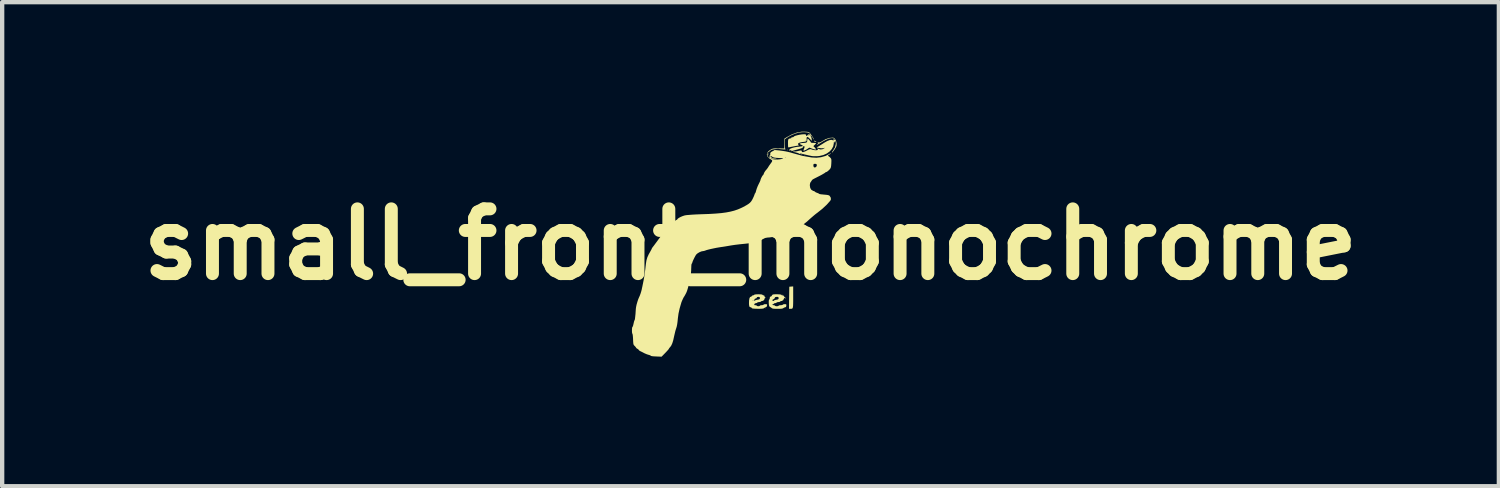
<source format=kicad_pcb>
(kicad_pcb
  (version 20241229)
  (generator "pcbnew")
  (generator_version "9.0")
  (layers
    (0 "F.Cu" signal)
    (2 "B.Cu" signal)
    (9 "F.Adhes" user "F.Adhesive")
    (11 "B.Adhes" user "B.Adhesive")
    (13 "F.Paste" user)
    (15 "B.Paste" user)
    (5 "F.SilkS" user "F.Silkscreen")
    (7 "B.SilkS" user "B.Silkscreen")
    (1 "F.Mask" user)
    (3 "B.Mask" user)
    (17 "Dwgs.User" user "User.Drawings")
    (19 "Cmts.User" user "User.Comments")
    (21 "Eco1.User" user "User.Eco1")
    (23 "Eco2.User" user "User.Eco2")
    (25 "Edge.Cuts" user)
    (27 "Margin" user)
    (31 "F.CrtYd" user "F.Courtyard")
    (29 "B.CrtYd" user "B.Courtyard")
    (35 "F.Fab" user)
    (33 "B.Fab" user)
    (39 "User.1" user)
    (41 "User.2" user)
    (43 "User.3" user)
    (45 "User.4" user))
  (footprint "small_front_monochrome"
    (layer "F.Cu")
    (at 14.336 2.61)
    (property "Reference" "small_front_monochrome" (at 0 0 0) (layer "F.SilkS") (effects (font (size 1.5 1.5) (thickness 0.3))))
    (attr board_only exclude_from_pos_files exclude_from_bom)
    (fp_poly (pts (xy 0.361 1.476) (xy 0.355 1.482) (xy 0.349 1.476) (xy 0.355 1.47)) (stroke (width 0) (type solid)) (fill yes) (layer "F.SilkS"))
    (fp_poly (pts (xy 0.735 1.163) (xy 0.729 1.169) (xy 0.723 1.163) (xy 0.729 1.157)) (stroke (width 0) (type solid)) (fill yes) (layer "F.SilkS"))
    (fp_poly (pts (xy 1.265 -2.054) (xy 1.259 -2.048) (xy 1.253 -2.054) (xy 1.259 -2.06)) (stroke (width 0) (type solid)) (fill yes) (layer "F.SilkS"))
    (fp_poly (pts (xy 0.864 -2.189) (xy 0.862 -2.182) (xy 0.856 -2.181) (xy 0.846 -2.185) (xy 0.847 -2.189) (xy 0.862 -2.19)) (stroke (width 0) (type solid)) (fill yes) (layer "F.SilkS"))
    (fp_poly (pts (xy 1.202 -2.08) (xy 1.198 -2.074) (xy 1.186 -2.073) (xy 1.173 -2.076) (xy 1.179 -2.081) (xy 1.197 -2.082)) (stroke (width 0) (type solid)) (fill yes) (layer "F.SilkS"))
    (fp_poly (pts (xy 0.416 -2.101) (xy 0.414 -2.091) (xy 0.405 -2.074) (xy 0.398 -2.077) (xy 0.398 -2.084) (xy 0.406 -2.1) (xy 0.41 -2.103)) (stroke (width 0) (type solid)) (fill yes) (layer "F.SilkS"))
    (fp_poly (pts (xy 1.485 -2.4) (xy 1.506 -2.39) (xy 1.526 -2.379) (xy 1.526 -2.375) (xy 1.51 -2.374) (xy 1.485 -2.379) (xy 1.476 -2.387) (xy 1.471 -2.401)) (stroke (width 0) (type solid)) (fill yes) (layer "F.SilkS"))
    (fp_poly (pts (xy 0.988 1.227) (xy 0.988 1.314) (xy 0.987 1.379) (xy 0.985 1.427) (xy 0.981 1.459) (xy 0.974 1.479) (xy 0.964 1.489) (xy 0.949 1.493) (xy 0.929 1.494) (xy 0.921 1.494) (xy 0.891 1.494) (xy 0.894 1.238) (xy 0.898 0.982) (xy 0.943 0.978) (xy 0.988 0.975)) (stroke (width 0) (type solid)) (fill yes) (layer "F.SilkS"))
    (fp_poly (pts (xy 1.332 -2.446) (xy 1.35 -2.428) (xy 1.371 -2.404) (xy 1.389 -2.38) (xy 1.398 -2.362) (xy 1.398 -2.36) (xy 1.409 -2.354) (xy 1.436 -2.35) (xy 1.458 -2.35) (xy 1.492 -2.348) (xy 1.514 -2.345) (xy 1.518 -2.342) (xy 1.51 -2.329) (xy 1.491 -2.309) (xy 1.487 -2.305) (xy 1.455 -2.276) (xy 1.487 -2.243) (xy 1.507 -2.219) (xy 1.518 -2.202) (xy 1.518 -2.2) (xy 1.508 -2.196) (xy 1.482 -2.199) (xy 1.448 -2.209) (xy 1.411 -2.222) (xy 1.401 -2.227) (xy 1.373 -2.238) (xy 1.356 -2.237) (xy 1.341 -2.227) (xy 1.314 -2.208) (xy 1.28 -2.188) (xy 1.248 -2.174) (xy 1.229 -2.169) (xy 1.225 -2.178) (xy 1.234 -2.203) (xy 1.235 -2.204) (xy 1.25 -2.243) (xy 1.251 -2.267) (xy 1.237 -2.275) (xy 1.232 -2.275) (xy 1.216 -2.263) (xy 1.214 -2.252) (xy 1.209 -2.241) (xy 1.19 -2.23) (xy 1.153 -2.217) (xy 1.098 -2.201) (xy 1.046 -2.187) (xy 1 -2.174) (xy 0.968 -2.165) (xy 0.957 -2.161) (xy 0.943 -2.158) (xy 0.946 -2.169) (xy 0.948 -2.179) (xy 0.933 -2.18) (xy 0.915 -2.177) (xy 0.891 -2.174) (xy 0.887 -2.177) (xy 0.89 -2.179) (xy 0.903 -2.194) (xy 0.904 -2.2) (xy 0.913 -2.211) (xy 0.941 -2.224) (xy 0.981 -2.238) (xy 1.03 -2.25) (xy 1.081 -2.259) (xy 1.118 -2.262) (xy 1.161 -2.267) (xy 1.195 -2.272) (xy 1.211 -2.278) (xy 1.212 -2.279) (xy 1.206 -2.289) (xy 1.183 -2.303) (xy 1.172 -2.308) (xy 1.145 -2.321) (xy 1.137 -2.329) (xy 1.147 -2.336) (xy 1.151 -2.338) (xy 1.178 -2.345) (xy 1.216 -2.348) (xy 1.225 -2.349) (xy 1.271 -2.352) (xy 1.298 -2.361) (xy 1.311 -2.378) (xy 1.313 -2.403) (xy 1.316 -2.432) (xy 1.321 -2.449) (xy 1.321 -2.45)) (stroke (width 0) (type solid)) (fill yes) (layer "F.SilkS"))
    (fp_poly (pts (xy 0.66 1.158) (xy 0.694 1.162) (xy 0.71 1.167) (xy 0.711 1.169) (xy 0.721 1.178) (xy 0.741 1.181) (xy 0.765 1.187) (xy 0.771 1.199) (xy 0.781 1.215) (xy 0.789 1.217) (xy 0.804 1.227) (xy 0.806 1.244) (xy 0.805 1.263) (xy 0.801 1.258) (xy 0.796 1.247) (xy 0.789 1.231) (xy 0.783 1.237) (xy 0.777 1.253) (xy 0.756 1.293) (xy 0.725 1.312) (xy 0.712 1.313) (xy 0.692 1.318) (xy 0.687 1.325) (xy 0.676 1.333) (xy 0.65 1.337) (xy 0.645 1.337) (xy 0.617 1.341) (xy 0.603 1.348) (xy 0.602 1.35) (xy 0.592 1.359) (xy 0.572 1.362) (xy 0.55 1.366) (xy 0.542 1.374) (xy 0.532 1.384) (xy 0.524 1.386) (xy 0.508 1.392) (xy 0.506 1.398) (xy 0.516 1.407) (xy 0.536 1.41) (xy 0.559 1.414) (xy 0.566 1.422) (xy 0.577 1.43) (xy 0.603 1.434) (xy 0.608 1.434) (xy 0.636 1.431) (xy 0.65 1.423) (xy 0.651 1.422) (xy 0.661 1.414) (xy 0.688 1.41) (xy 0.699 1.41) (xy 0.729 1.407) (xy 0.746 1.4) (xy 0.747 1.398) (xy 0.758 1.39) (xy 0.784 1.386) (xy 0.789 1.386) (xy 0.818 1.387) (xy 0.829 1.397) (xy 0.829 1.42) (xy 0.829 1.422) (xy 0.822 1.449) (xy 0.805 1.458) (xy 0.804 1.458) (xy 0.777 1.466) (xy 0.763 1.476) (xy 0.747 1.485) (xy 0.719 1.491) (xy 0.673 1.494) (xy 0.627 1.494) (xy 0.566 1.493) (xy 0.525 1.49) (xy 0.5 1.483) (xy 0.49 1.476) (xy 0.472 1.461) (xy 0.464 1.458) (xy 0.45 1.45) (xy 0.439 1.441) (xy 0.43 1.422) (xy 0.424 1.39) (xy 0.422 1.352) (xy 0.422 1.316) (xy 0.425 1.295) (xy 0.506 1.295) (xy 0.516 1.311) (xy 0.524 1.313) (xy 0.54 1.308) (xy 0.542 1.303) (xy 0.553 1.295) (xy 0.58 1.287) (xy 0.596 1.284) (xy 0.63 1.277) (xy 0.646 1.267) (xy 0.651 1.25) (xy 0.651 1.246) (xy 0.647 1.226) (xy 0.633 1.218) (xy 0.608 1.217) (xy 0.581 1.22) (xy 0.567 1.228) (xy 0.566 1.23) (xy 0.559 1.248) (xy 0.549 1.26) (xy 0.529 1.274) (xy 0.519 1.277) (xy 0.508 1.287) (xy 0.506 1.295) (xy 0.425 1.295) (xy 0.426 1.288) (xy 0.434 1.277) (xy 0.434 1.277) (xy 0.442 1.267) (xy 0.446 1.242) (xy 0.446 1.241) (xy 0.45 1.216) (xy 0.462 1.212) (xy 0.478 1.207) (xy 0.494 1.187) (xy 0.503 1.172) (xy 0.516 1.163) (xy 0.537 1.159) (xy 0.573 1.157) (xy 0.611 1.157)) (stroke (width 0) (type solid)) (fill yes) (layer "F.SilkS"))
    (fp_poly (pts (xy 0.228 1.158) (xy 0.262 1.162) (xy 0.277 1.168) (xy 0.277 1.169) (xy 0.287 1.179) (xy 0.301 1.181) (xy 0.321 1.189) (xy 0.325 1.206) (xy 0.329 1.223) (xy 0.335 1.224) (xy 0.344 1.228) (xy 0.345 1.235) (xy 0.34 1.247) (xy 0.335 1.246) (xy 0.327 1.25) (xy 0.325 1.259) (xy 0.315 1.288) (xy 0.289 1.308) (xy 0.266 1.313) (xy 0.246 1.318) (xy 0.241 1.325) (xy 0.23 1.333) (xy 0.204 1.337) (xy 0.199 1.337) (xy 0.171 1.341) (xy 0.157 1.348) (xy 0.157 1.35) (xy 0.146 1.359) (xy 0.128 1.362) (xy 0.103 1.369) (xy 0.092 1.381) (xy 0.085 1.401) (xy 0.093 1.409) (xy 0.114 1.41) (xy 0.137 1.414) (xy 0.145 1.422) (xy 0.155 1.43) (xy 0.18 1.434) (xy 0.181 1.434) (xy 0.206 1.43) (xy 0.217 1.422) (xy 0.217 1.422) (xy 0.227 1.414) (xy 0.254 1.41) (xy 0.259 1.41) (xy 0.287 1.407) (xy 0.301 1.399) (xy 0.301 1.398) (xy 0.312 1.39) (xy 0.338 1.386) (xy 0.344 1.386) (xy 0.373 1.387) (xy 0.384 1.396) (xy 0.383 1.418) (xy 0.383 1.419) (xy 0.372 1.447) (xy 0.356 1.456) (xy 0.328 1.468) (xy 0.316 1.477) (xy 0.299 1.486) (xy 0.267 1.491) (xy 0.217 1.493) (xy 0.183 1.493) (xy 0.13 1.492) (xy 0.085 1.49) (xy 0.054 1.487) (xy 0.045 1.486) (xy 0.027 1.476) (xy 0.024 1.469) (xy 0.014 1.46) (xy 0.001 1.458) (xy -0.019 1.452) (xy -0.03 1.431) (xy -0.035 1.392) (xy -0.036 1.364) (xy -0.034 1.307) (xy 0.036 1.307) (xy 0.042 1.313) (xy 0.048 1.307) (xy 0.06 1.307) (xy 0.066 1.313) (xy 0.072 1.307) (xy 0.07 1.305) (xy 0.085 1.305) (xy 0.088 1.313) (xy 0.094 1.306) (xy 0.11 1.296) (xy 0.141 1.286) (xy 0.16 1.283) (xy 0.195 1.276) (xy 0.212 1.267) (xy 0.217 1.251) (xy 0.217 1.246) (xy 0.213 1.225) (xy 0.195 1.218) (xy 0.181 1.217) (xy 0.152 1.222) (xy 0.145 1.235) (xy 0.135 1.25) (xy 0.122 1.253) (xy 0.098 1.264) (xy 0.086 1.291) (xy 0.085 1.305) (xy 0.07 1.305) (xy 0.066 1.301) (xy 0.06 1.307) (xy 0.048 1.307) (xy 0.042 1.301) (xy 0.036 1.307) (xy -0.034 1.307) (xy -0.033 1.294) (xy -0.024 1.246) (xy -0.01 1.221) (xy 0.000287 1.217) (xy 0.022 1.208) (xy 0.028 1.199) (xy 0.045 1.184) (xy 0.06 1.181) (xy 0.08 1.176) (xy 0.084 1.169) (xy 0.096 1.163) (xy 0.126 1.159) (xy 0.172 1.157) (xy 0.181 1.157)) (stroke (width 0) (type solid)) (fill yes) (layer "F.SilkS"))
    (fp_poly (pts (xy 1.913 -2.472) (xy 1.942 -2.459) (xy 1.966 -2.428) (xy 1.984 -2.386) (xy 1.993 -2.338) (xy 1.992 -2.291) (xy 1.984 -2.262) (xy 1.968 -2.232) (xy 1.947 -2.197) (xy 1.923 -2.164) (xy 1.902 -2.138) (xy 1.888 -2.125) (xy 1.884 -2.125) (xy 1.887 -2.137) (xy 1.902 -2.161) (xy 1.915 -2.178) (xy 1.957 -2.247) (xy 1.975 -2.323) (xy 1.976 -2.346) (xy 1.973 -2.373) (xy 1.965 -2.39) (xy 1.957 -2.393) (xy 1.951 -2.377) (xy 1.951 -2.371) (xy 1.95 -2.352) (xy 1.945 -2.356) (xy 1.94 -2.368) (xy 1.933 -2.378) (xy 1.93 -2.368) (xy 1.929 -2.34) (xy 1.916 -2.271) (xy 1.882 -2.207) (xy 1.831 -2.15) (xy 1.764 -2.103) (xy 1.685 -2.068) (xy 1.596 -2.047) (xy 1.548 -2.042) (xy 1.5 -2.041) (xy 1.456 -2.042) (xy 1.428 -2.044) (xy 1.398 -2.05) (xy 1.353 -2.059) (xy 1.301 -2.071) (xy 1.247 -2.083) (xy 1.201 -2.095) (xy 1.169 -2.103) (xy 1.164 -2.104) (xy 1.149 -2.106) (xy 1.152 -2.095) (xy 1.152 -2.088) (xy 1.134 -2.097) (xy 1.13 -2.1) (xy 1.095 -2.116) (xy 1.055 -2.127) (xy 1.052 -2.128) (xy 1.017 -2.136) (xy 0.991 -2.145) (xy 0.988 -2.147) (xy 0.981 -2.154) (xy 0.995 -2.153) (xy 1.002 -2.152) (xy 1.032 -2.151) (xy 1.073 -2.156) (xy 1.104 -2.163) (xy 1.148 -2.173) (xy 1.173 -2.174) (xy 1.185 -2.166) (xy 1.187 -2.153) (xy 1.196 -2.138) (xy 1.222 -2.138) (xy 1.263 -2.152) (xy 1.305 -2.173) (xy 1.35 -2.196) (xy 1.38 -2.206) (xy 1.399 -2.204) (xy 1.4 -2.204) (xy 1.432 -2.192) (xy 1.473 -2.183) (xy 1.513 -2.179) (xy 1.542 -2.182) (xy 1.548 -2.184) (xy 1.561 -2.196) (xy 1.554 -2.212) (xy 1.552 -2.215) (xy 1.544 -2.226) (xy 1.552 -2.224) (xy 1.571 -2.213) (xy 1.615 -2.198) (xy 1.664 -2.202) (xy 1.706 -2.223) (xy 1.72 -2.235) (xy 1.716 -2.236) (xy 1.696 -2.23) (xy 1.652 -2.224) (xy 1.601 -2.229) (xy 1.565 -2.236) (xy 1.539 -2.241) (xy 1.532 -2.242) (xy 1.536 -2.247) (xy 1.556 -2.259) (xy 1.56 -2.261) (xy 1.586 -2.276) (xy 1.625 -2.301) (xy 1.672 -2.33) (xy 1.699 -2.348) (xy 1.773 -2.391) (xy 1.833 -2.415) (xy 1.881 -2.42) (xy 1.913 -2.408) (xy 1.924 -2.401) (xy 1.921 -2.414) (xy 1.92 -2.431) (xy 1.933 -2.432) (xy 1.951 -2.419) (xy 1.961 -2.411) (xy 1.958 -2.421) (xy 1.954 -2.429) (xy 1.929 -2.454) (xy 1.888 -2.462) (xy 1.834 -2.454) (xy 1.768 -2.431) (xy 1.692 -2.393) (xy 1.641 -2.362) (xy 1.598 -2.336) (xy 1.563 -2.316) (xy 1.54 -2.306) (xy 1.535 -2.305) (xy 1.539 -2.315) (xy 1.553 -2.325) (xy 1.574 -2.342) (xy 1.576 -2.356) (xy 1.557 -2.363) (xy 1.546 -2.366) (xy 1.552 -2.37) (xy 1.574 -2.368) (xy 1.583 -2.363) (xy 1.599 -2.359) (xy 1.626 -2.37) (xy 1.644 -2.381) (xy 1.737 -2.435) (xy 1.826 -2.465) (xy 1.91 -2.472)) (stroke (width 0) (type solid)) (fill yes) (layer "F.SilkS"))
    (fp_poly (pts (xy 1.282 -2.609) (xy 1.314 -2.606) (xy 1.338 -2.602) (xy 1.356 -2.595) (xy 1.373 -2.58) (xy 1.393 -2.555) (xy 1.419 -2.516) (xy 1.449 -2.472) (xy 1.464 -2.446) (xy 1.469 -2.428) (xy 1.469 -2.428) (xy 1.464 -2.43) (xy 1.452 -2.448) (xy 1.446 -2.459) (xy 1.428 -2.489) (xy 1.409 -2.513) (xy 1.393 -2.526) (xy 1.386 -2.524) (xy 1.386 -2.522) (xy 1.393 -2.505) (xy 1.399 -2.497) (xy 1.409 -2.477) (xy 1.416 -2.445) (xy 1.417 -2.44) (xy 1.421 -2.396) (xy 1.372 -2.446) (xy 1.338 -2.478) (xy 1.314 -2.489) (xy 1.302 -2.479) (xy 1.298 -2.449) (xy 1.299 -2.436) (xy 1.3 -2.411) (xy 1.297 -2.395) (xy 1.284 -2.384) (xy 1.258 -2.377) (xy 1.214 -2.371) (xy 1.191 -2.368) (xy 1.153 -2.36) (xy 1.121 -2.349) (xy 1.114 -2.344) (xy 1.099 -2.329) (xy 1.104 -2.313) (xy 1.107 -2.309) (xy 1.118 -2.293) (xy 1.119 -2.289) (xy 1.102 -2.287) (xy 1.069 -2.282) (xy 1.026 -2.274) (xy 0.979 -2.265) (xy 0.936 -2.257) (xy 0.904 -2.25) (xy 0.89 -2.247) (xy 0.879 -2.245) (xy 0.872 -2.252) (xy 0.869 -2.272) (xy 0.868 -2.31) (xy 0.868 -2.336) (xy 0.868 -2.386) (xy 0.87 -2.404) (xy 1.277 -2.404) (xy 1.283 -2.398) (xy 1.289 -2.404) (xy 1.283 -2.41) (xy 1.277 -2.404) (xy 0.87 -2.404) (xy 0.872 -2.417) (xy 0.878 -2.435) (xy 0.884 -2.44) (xy 0.952 -2.44) (xy 0.958 -2.434) (xy 0.964 -2.44) (xy 0.958 -2.446) (xy 0.952 -2.44) (xy 0.884 -2.44) (xy 0.889 -2.445) (xy 0.89 -2.445) (xy 0.911 -2.452) (xy 0.92 -2.45) (xy 0.927 -2.451) (xy 0.928 -2.455) (xy 0.938 -2.467) (xy 0.961 -2.478) (xy 0.985 -2.484) (xy 0.991 -2.483) (xy 1 -2.491) (xy 1 -2.493) (xy 1.011 -2.503) (xy 1.04 -2.515) (xy 1.082 -2.527) (xy 1.131 -2.538) (xy 1.181 -2.546) (xy 1.203 -2.548) (xy 1.245 -2.55) (xy 1.269 -2.549) (xy 1.281 -2.542) (xy 1.286 -2.53) (xy 1.293 -2.511) (xy 1.304 -2.51) (xy 1.322 -2.529) (xy 1.325 -2.533) (xy 1.331 -2.539) (xy 1.339 -2.539) (xy 1.342 -2.532) (xy 1.354 -2.519) (xy 1.361 -2.522) (xy 1.362 -2.524) (xy 1.353 -2.534) (xy 1.348 -2.538) (xy 1.339 -2.539) (xy 1.331 -2.539) (xy 1.343 -2.551) (xy 1.358 -2.55) (xy 1.366 -2.544) (xy 1.382 -2.534) (xy 1.384 -2.543) (xy 1.374 -2.566) (xy 1.354 -2.581) (xy 1.315 -2.592) (xy 1.263 -2.597) (xy 1.203 -2.597) (xy 1.141 -2.591) (xy 1.112 -2.586) (xy 1.034 -2.564) (xy 0.952 -2.53) (xy 0.876 -2.49) (xy 0.834 -2.462) (xy 0.795 -2.433) (xy 0.795 -2.32) (xy 0.797 -2.259) (xy 0.801 -2.221) (xy 0.808 -2.202) (xy 0.81 -2.2) (xy 0.807 -2.198) (xy 0.786 -2.198) (xy 0.754 -2.2) (xy 0.718 -2.203) (xy 0.685 -2.206) (xy 0.661 -2.21) (xy 0.655 -2.211) (xy 0.637 -2.212) (xy 0.603 -2.21) (xy 0.561 -2.205) (xy 0.511 -2.197) (xy 0.476 -2.184) (xy 0.451 -2.165) (xy 0.45 -2.164) (xy 0.427 -2.143) (xy 0.41 -2.133) (xy 0.408 -2.133) (xy 0.396 -2.123) (xy 0.391 -2.097) (xy 0.393 -2.066) (xy 0.403 -2.038) (xy 0.421 -2.009) (xy 0.435 -2.002) (xy 0.441 -2.017) (xy 0.441 -2.018) (xy 0.446 -2.018) (xy 0.452 -2.012) (xy 0.458 -2.018) (xy 0.452 -2.024) (xy 0.446 -2.018) (xy 0.441 -2.018) (xy 0.441 -2.036) (xy 0.442 -2.058) (xy 0.449 -2.065) (xy 0.449 -2.064) (xy 0.457 -2.068) (xy 0.457 -2.074) (xy 0.457 -2.111) (xy 0.472 -2.136) (xy 0.506 -2.155) (xy 0.534 -2.169) (xy 0.548 -2.18) (xy 0.549 -2.182) (xy 0.557 -2.184) (xy 0.583 -2.183) (xy 0.624 -2.179) (xy 0.673 -2.174) (xy 0.727 -2.167) (xy 0.778 -2.159) (xy 0.807 -2.155) (xy 0.862 -2.143) (xy 0.924 -2.128) (xy 0.97 -2.114) (xy 1.207 -2.049) (xy 1.415 -2.012) (xy 1.526 -2.006) (xy 1.634 -2.018) (xy 1.735 -2.047) (xy 1.823 -2.091) (xy 1.824 -2.092) (xy 1.849 -2.107) (xy 1.862 -2.112) (xy 1.862 -2.109) (xy 1.846 -2.093) (xy 1.819 -2.074) (xy 1.815 -2.072) (xy 1.795 -2.057) (xy 1.791 -2.049) (xy 1.794 -2.048) (xy 1.811 -2.04) (xy 1.836 -2.02) (xy 1.843 -2.012) (xy 1.86 -1.994) (xy 1.869 -1.977) (xy 1.873 -1.954) (xy 1.873 -1.921) (xy 1.871 -1.872) (xy 1.867 -1.821) (xy 1.862 -1.787) (xy 1.853 -1.764) (xy 1.839 -1.743) (xy 1.818 -1.721) (xy 1.789 -1.695) (xy 1.764 -1.678) (xy 1.754 -1.675) (xy 1.736 -1.669) (xy 1.733 -1.664) (xy 1.721 -1.654) (xy 1.691 -1.636) (xy 1.648 -1.611) (xy 1.595 -1.583) (xy 1.536 -1.553) (xy 1.52 -1.545) (xy 1.475 -1.522) (xy 1.447 -1.507) (xy 1.43 -1.494) (xy 1.42 -1.482) (xy 1.417 -1.477) (xy 1.399 -1.449) (xy 1.389 -1.437) (xy 1.38 -1.415) (xy 1.374 -1.38) (xy 1.374 -1.361) (xy 1.383 -1.305) (xy 1.41 -1.262) (xy 1.453 -1.237) (xy 1.462 -1.235) (xy 1.485 -1.226) (xy 1.494 -1.218) (xy 1.504 -1.209) (xy 1.53 -1.197) (xy 1.542 -1.193) (xy 1.572 -1.181) (xy 1.589 -1.171) (xy 1.591 -1.169) (xy 1.602 -1.164) (xy 1.632 -1.159) (xy 1.675 -1.155) (xy 1.701 -1.152) (xy 1.758 -1.147) (xy 1.796 -1.141) (xy 1.821 -1.132) (xy 1.833 -1.122) (xy 1.858 -1.082) (xy 1.862 -1.042) (xy 1.848 -1.011) (xy 1.763 -0.916) (xy 1.662 -0.822) (xy 1.541 -0.726) (xy 1.524 -0.714) (xy 1.49 -0.687) (xy 1.445 -0.649) (xy 1.394 -0.605) (xy 1.345 -0.561) (xy 1.308 -0.527) (xy 1.213 -0.452) (xy 1.134 -0.408) (xy 1.079 -0.382) (xy 1.022 -0.355) (xy 0.975 -0.332) (xy 0.965 -0.327) (xy 0.918 -0.306) (xy 0.869 -0.287) (xy 0.843 -0.278) (xy 0.775 -0.257) (xy 0.724 -0.241) (xy 0.687 -0.228) (xy 0.658 -0.217) (xy 0.657 -0.217) (xy 0.623 -0.203) (xy 0.596 -0.193) (xy 0.553 -0.18) (xy 0.497 -0.168) (xy 0.439 -0.16) (xy 0.393 -0.157) (xy 0.337 -0.147) (xy 0.289 -0.123) (xy 0.239 -0.094) (xy 0.186 -0.071) (xy 0.127 -0.053) (xy 0.057 -0.038) (xy -0.028 -0.025) (xy -0.132 -0.013) (xy -0.145 -0.012) (xy -0.258 -0.00038) (xy -0.361 0.012) (xy -0.448 0.025) (xy -0.5 0.034) (xy -0.541 0.041) (xy -0.595 0.05) (xy -0.653 0.059) (xy -0.669 0.061) (xy -0.727 0.07) (xy -0.792 0.081) (xy -0.86 0.095) (xy -0.925 0.109) (xy -0.982 0.123) (xy -1.025 0.135) (xy -1.051 0.145) (xy -1.051 0.145) (xy -1.08 0.154) (xy -1.103 0.157) (xy -1.139 0.164) (xy -1.184 0.183) (xy -1.226 0.208) (xy -1.255 0.233) (xy -1.273 0.259) (xy -1.294 0.297) (xy -1.316 0.341) (xy -1.335 0.382) (xy -1.347 0.414) (xy -1.35 0.427) (xy -1.356 0.444) (xy -1.362 0.446) (xy -1.367 0.457) (xy -1.371 0.489) (xy -1.373 0.537) (xy -1.374 0.557) (xy -1.376 0.616) (xy -1.383 0.688) (xy -1.393 0.764) (xy -1.405 0.838) (xy -1.419 0.902) (xy -1.432 0.95) (xy -1.432 0.952) (xy -1.442 0.982) (xy -1.454 1.023) (xy -1.458 1.036) (xy -1.471 1.079) (xy -1.487 1.118) (xy -1.491 1.127) (xy -1.514 1.17) (xy -1.529 1.197) (xy -1.538 1.211) (xy -1.542 1.217) (xy -1.552 1.233) (xy -1.567 1.264) (xy -1.584 1.301) (xy -1.599 1.337) (xy -1.605 1.356) (xy -1.643 1.487) (xy -1.669 1.607) (xy -1.684 1.72) (xy -1.686 1.741) (xy -1.692 1.8) (xy -1.7 1.856) (xy -1.709 1.901) (xy -1.713 1.916) (xy -1.741 2.005) (xy -1.764 2.102) (xy -1.771 2.133) (xy -1.791 2.223) (xy -1.812 2.291) (xy -1.835 2.342) (xy -1.857 2.374) (xy -1.879 2.399) (xy -1.891 2.417) (xy -1.892 2.421) (xy -1.9 2.433) (xy -1.921 2.457) (xy -1.952 2.491) (xy -1.976 2.516) (xy -2.061 2.603) (xy -2.124 2.6) (xy -2.177 2.598) (xy -2.233 2.595) (xy -2.25 2.594) (xy -2.286 2.59) (xy -2.309 2.584) (xy -2.313 2.579) (xy -2.324 2.571) (xy -2.349 2.563) (xy -2.353 2.562) (xy -2.399 2.548) (xy -2.454 2.525) (xy -2.494 2.504) (xy -2.517 2.492) (xy -2.549 2.477) (xy -2.551 2.476) (xy -2.577 2.461) (xy -2.59 2.447) (xy -2.591 2.446) (xy -2.6 2.432) (xy -2.621 2.42) (xy -2.643 2.406) (xy -2.651 2.395) (xy -2.659 2.381) (xy -2.679 2.359) (xy -2.684 2.354) (xy -2.699 2.339) (xy -2.709 2.323) (xy -2.715 2.3) (xy -2.718 2.266) (xy -2.721 2.214) (xy -2.721 2.198) (xy -2.724 2.146) (xy -2.728 2.105) (xy -2.733 2.079) (xy -2.736 2.072) (xy -2.742 2.061) (xy -2.746 2.033) (xy -2.747 1.994) (xy -2.746 1.954) (xy -2.742 1.926) (xy -2.737 1.916) (xy -2.729 1.905) (xy -2.719 1.877) (xy -2.71 1.838) (xy -2.701 1.798) (xy -2.693 1.77) (xy -2.687 1.759) (xy -2.682 1.748) (xy -2.676 1.717) (xy -2.671 1.671) (xy -2.665 1.615) (xy -2.661 1.553) (xy -2.657 1.494) (xy -2.651 1.45) (xy -2.639 1.393) (xy -2.621 1.331) (xy -2.602 1.273) (xy -2.583 1.228) (xy -2.579 1.22) (xy -2.565 1.188) (xy -2.548 1.142) (xy -2.532 1.09) (xy -2.519 1.04) (xy -2.517 1.027) (xy -2.507 0.982) (xy -2.497 0.932) (xy -2.494 0.919) (xy -2.479 0.844) (xy -2.465 0.766) (xy -2.451 0.678) (xy -2.438 0.576) (xy -2.424 0.455) (xy -2.423 0.446) (xy -2.411 0.371) (xy -2.391 0.303) (xy -2.359 0.232) (xy -2.329 0.179) (xy -2.309 0.143) (xy -2.294 0.115) (xy -2.289 0.103) (xy -2.283 0.089) (xy -2.266 0.064) (xy -2.255 0.051) (xy -2.234 0.023) (xy -2.203 -0.019) (xy -2.167 -0.067) (xy -2.135 -0.111) (xy -2.101 -0.157) (xy -2.071 -0.195) (xy -2.048 -0.223) (xy -2.037 -0.235) (xy -2.024 -0.25) (xy -2.008 -0.277) (xy -2.006 -0.283) (xy -1.988 -0.309) (xy -1.958 -0.345) (xy -1.92 -0.385) (xy -1.906 -0.398) (xy -1.863 -0.439) (xy -1.819 -0.479) (xy -1.784 -0.513) (xy -1.777 -0.52) (xy -1.747 -0.545) (xy -1.723 -0.562) (xy -1.713 -0.566) (xy -1.7 -0.573) (xy -1.699 -0.576) (xy -1.688 -0.592) (xy -1.661 -0.612) (xy -1.621 -0.634) (xy -1.576 -0.653) (xy -1.531 -0.668) (xy -1.518 -0.671) (xy -1.48 -0.677) (xy -1.421 -0.682) (xy -1.344 -0.688) (xy -1.252 -0.693) (xy -1.149 -0.697) (xy -1.115 -0.698) (xy -0.948 -0.704) (xy -0.802 -0.713) (xy -0.675 -0.724) (xy -0.564 -0.739) (xy -0.465 -0.758) (xy -0.376 -0.781) (xy -0.294 -0.809) (xy -0.217 -0.842) (xy -0.172 -0.864) (xy -0.104 -0.901) (xy -0.053 -0.932) (xy -0.016 -0.961) (xy 0.012 -0.991) (xy 0.036 -1.028) (xy 0.055 -1.065) (xy 0.075 -1.108) (xy 0.089 -1.143) (xy 0.096 -1.164) (xy 0.096 -1.166) (xy 0.102 -1.18) (xy 0.106 -1.181) (xy 0.113 -1.192) (xy 0.123 -1.219) (xy 0.13 -1.246) (xy 0.144 -1.291) (xy 0.165 -1.345) (xy 0.187 -1.392) (xy 0.207 -1.432) (xy 0.222 -1.464) (xy 0.229 -1.483) (xy 0.229 -1.484) (xy 0.234 -1.504) (xy 0.246 -1.534) (xy 0.262 -1.565) (xy 0.277 -1.591) (xy 0.288 -1.602) (xy 0.289 -1.603) (xy 0.298 -1.613) (xy 0.307 -1.637) (xy 0.32 -1.667) (xy 0.343 -1.702) (xy 0.353 -1.714) (xy 0.38 -1.746) (xy 0.403 -1.777) (xy 0.408 -1.786) (xy 0.424 -1.812) (xy 0.429 -1.82) (xy 1.456 -1.82) (xy 1.458 -1.807) (xy 1.469 -1.786) (xy 1.489 -1.78) (xy 1.512 -1.788) (xy 1.529 -1.807) (xy 1.536 -1.833) (xy 1.531 -1.854) (xy 1.513 -1.863) (xy 1.497 -1.865) (xy 1.469 -1.864) (xy 1.457 -1.85) (xy 1.456 -1.82) (xy 0.429 -1.82) (xy 0.449 -1.848) (xy 0.469 -1.876) (xy 0.494 -1.911) (xy 0.503 -1.935) (xy 0.494 -1.953) (xy 0.465 -1.972) (xy 0.447 -1.981) (xy 0.432 -1.994) (xy 0.457 -1.994) (xy 0.47 -1.986) (xy 0.476 -1.983) (xy 0.513 -1.972) (xy 0.566 -1.966) (xy 0.625 -1.965) (xy 0.682 -1.97) (xy 0.729 -1.979) (xy 0.75 -1.986) (xy 0.757 -1.99) (xy 0.75 -1.993) (xy 0.725 -1.996) (xy 0.679 -1.999) (xy 0.655 -2) (xy 0.595 -2.004) (xy 0.554 -2.009) (xy 0.525 -2.017) (xy 0.522 -2.018) (xy 0.807 -2.018) (xy 0.813 -2.012) (xy 0.819 -2.018) (xy 0.813 -2.024) (xy 0.807 -2.018) (xy 0.522 -2.018) (xy 0.503 -2.028) (xy 0.495 -2.034) (xy 0.469 -2.05) (xy 0.459 -2.05) (xy 0.466 -2.033) (xy 0.476 -2.02) (xy 0.501 -2.002) (xy 0.542 -1.992) (xy 0.545 -1.991) (xy 0.578 -1.986) (xy 0.599 -1.981) (xy 0.602 -1.979) (xy 0.596 -1.977) (xy 0.573 -1.977) (xy 0.54 -1.98) (xy 0.505 -1.985) (xy 0.475 -1.99) (xy 0.464 -1.993) (xy 0.457 -1.994) (xy 0.432 -1.994) (xy 0.415 -2.006) (xy 0.39 -2.04) (xy 0.389 -2.042) (xy 0.378 -2.085) (xy 0.388 -2.125) (xy 0.421 -2.162) (xy 0.455 -2.187) (xy 0.481 -2.203) (xy 0.504 -2.213) (xy 0.529 -2.219) (xy 0.563 -2.222) (xy 0.612 -2.222) (xy 0.648 -2.222) (xy 0.783 -2.221) (xy 0.783 -2.334) (xy 0.783 -2.447) (xy 0.84 -2.483) (xy 0.958 -2.547) (xy 1.074 -2.59) (xy 1.186 -2.61)) (stroke (width 0) (type solid)) (fill yes) (layer "F.SilkS")))
  (gr_rect
    (start -3 -3)
    (end 31.671 8.213)
    (stroke (width 0.1) (type default))
    (fill no)
    (layer "Edge.Cuts")))
</source>
